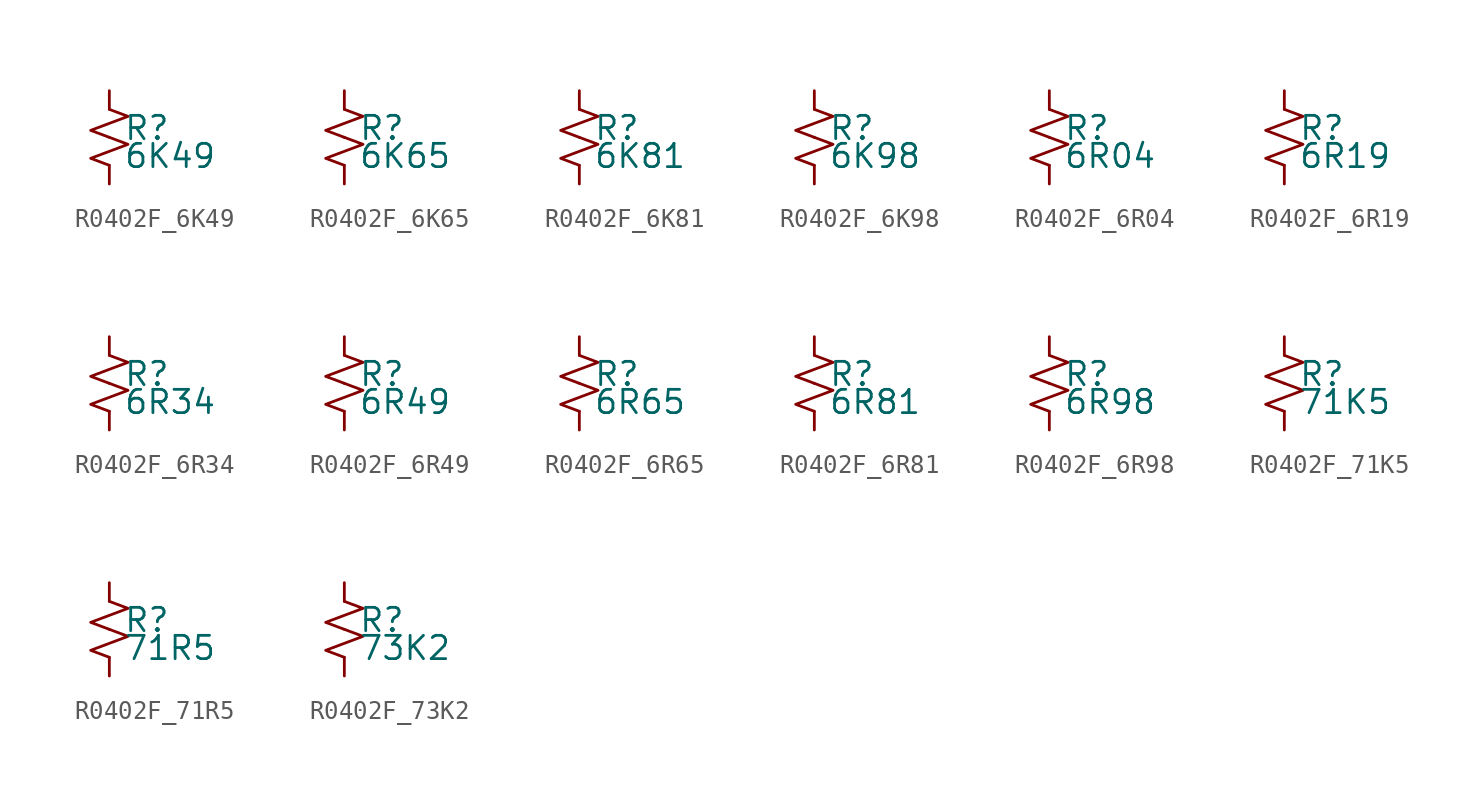
<source format=kicad_sym>
(kicad_symbol_lib
  (version 20220914)
  (generator kicad_symbol_editor)
  (symbol "R0402F_6K49"
    (pin_numbers hide)
    (pin_names
      (offset 0.254) hide)
    (property "Reference" "R"
      (at 0.762 0.508 0)
      (effects (font (size 1.27 1.27)) (justify left)))
    (property "Value" "6K49"
      (at 0.762 -1.016 0)
      (effects (font (size 1.27 1.27)) (justify left)))
    (symbol "R0402F_6K49_1_1"
      (polyline (pts (xy 0 0) (xy 1.016 -0.381) (xy 0 -0.762) (xy -1.016 -1.143) (xy 0 -1.524)) (stroke (width 0) (type default)) (fill (type none)))
      (polyline (pts (xy 0 1.524) (xy 1.016 1.143) (xy 0 0.762) (xy -1.016 0.381) (xy 0 0)) (stroke (width 0) (type default)) (fill (type none)))
      (pin passive line (at 0 2.54 270) (length 1.016) (name "~" (effects (font (size 1.27 1.27)))) (number "1" (effects (font (size 1.27 1.27)))))
      (pin passive line (at 0 -2.54 90) (length 1.016) (name "~" (effects (font (size 1.27 1.27)))) (number "2" (effects (font (size 1.27 1.27)))))))
  (symbol "R0402F_6K65"
    (pin_numbers hide)
    (pin_names
      (offset 0.254) hide)
    (property "Reference" "R"
      (at 0.762 0.508 0)
      (effects (font (size 1.27 1.27)) (justify left)))
    (property "Value" "6K65"
      (at 0.762 -1.016 0)
      (effects (font (size 1.27 1.27)) (justify left)))
    (symbol "R0402F_6K65_1_1"
      (polyline (pts (xy 0 0) (xy 1.016 -0.381) (xy 0 -0.762) (xy -1.016 -1.143) (xy 0 -1.524)) (stroke (width 0) (type default)) (fill (type none)))
      (polyline (pts (xy 0 1.524) (xy 1.016 1.143) (xy 0 0.762) (xy -1.016 0.381) (xy 0 0)) (stroke (width 0) (type default)) (fill (type none)))
      (pin passive line (at 0 2.54 270) (length 1.016) (name "~" (effects (font (size 1.27 1.27)))) (number "1" (effects (font (size 1.27 1.27)))))
      (pin passive line (at 0 -2.54 90) (length 1.016) (name "~" (effects (font (size 1.27 1.27)))) (number "2" (effects (font (size 1.27 1.27)))))))
  (symbol "R0402F_6K81"
    (pin_numbers hide)
    (pin_names
      (offset 0.254) hide)
    (property "Reference" "R"
      (at 0.762 0.508 0)
      (effects (font (size 1.27 1.27)) (justify left)))
    (property "Value" "6K81"
      (at 0.762 -1.016 0)
      (effects (font (size 1.27 1.27)) (justify left)))
    (symbol "R0402F_6K81_1_1"
      (polyline (pts (xy 0 0) (xy 1.016 -0.381) (xy 0 -0.762) (xy -1.016 -1.143) (xy 0 -1.524)) (stroke (width 0) (type default)) (fill (type none)))
      (polyline (pts (xy 0 1.524) (xy 1.016 1.143) (xy 0 0.762) (xy -1.016 0.381) (xy 0 0)) (stroke (width 0) (type default)) (fill (type none)))
      (pin passive line (at 0 2.54 270) (length 1.016) (name "~" (effects (font (size 1.27 1.27)))) (number "1" (effects (font (size 1.27 1.27)))))
      (pin passive line (at 0 -2.54 90) (length 1.016) (name "~" (effects (font (size 1.27 1.27)))) (number "2" (effects (font (size 1.27 1.27)))))))
  (symbol "R0402F_6K98"
    (pin_numbers hide)
    (pin_names
      (offset 0.254) hide)
    (property "Reference" "R"
      (at 0.762 0.508 0)
      (effects (font (size 1.27 1.27)) (justify left)))
    (property "Value" "6K98"
      (at 0.762 -1.016 0)
      (effects (font (size 1.27 1.27)) (justify left)))
    (symbol "R0402F_6K98_1_1"
      (polyline (pts (xy 0 0) (xy 1.016 -0.381) (xy 0 -0.762) (xy -1.016 -1.143) (xy 0 -1.524)) (stroke (width 0) (type default)) (fill (type none)))
      (polyline (pts (xy 0 1.524) (xy 1.016 1.143) (xy 0 0.762) (xy -1.016 0.381) (xy 0 0)) (stroke (width 0) (type default)) (fill (type none)))
      (pin passive line (at 0 2.54 270) (length 1.016) (name "~" (effects (font (size 1.27 1.27)))) (number "1" (effects (font (size 1.27 1.27)))))
      (pin passive line (at 0 -2.54 90) (length 1.016) (name "~" (effects (font (size 1.27 1.27)))) (number "2" (effects (font (size 1.27 1.27)))))))
  (symbol "R0402F_6R04"
    (pin_numbers hide)
    (pin_names
      (offset 0.254) hide)
    (property "Reference" "R"
      (at 0.762 0.508 0)
      (effects (font (size 1.27 1.27)) (justify left)))
    (property "Value" "6R04"
      (at 0.762 -1.016 0)
      (effects (font (size 1.27 1.27)) (justify left)))
    (symbol "R0402F_6R04_1_1"
      (polyline (pts (xy 0 0) (xy 1.016 -0.381) (xy 0 -0.762) (xy -1.016 -1.143) (xy 0 -1.524)) (stroke (width 0) (type default)) (fill (type none)))
      (polyline (pts (xy 0 1.524) (xy 1.016 1.143) (xy 0 0.762) (xy -1.016 0.381) (xy 0 0)) (stroke (width 0) (type default)) (fill (type none)))
      (pin passive line (at 0 2.54 270) (length 1.016) (name "~" (effects (font (size 1.27 1.27)))) (number "1" (effects (font (size 1.27 1.27)))))
      (pin passive line (at 0 -2.54 90) (length 1.016) (name "~" (effects (font (size 1.27 1.27)))) (number "2" (effects (font (size 1.27 1.27)))))))
  (symbol "R0402F_6R19"
    (pin_numbers hide)
    (pin_names
      (offset 0.254) hide)
    (property "Reference" "R"
      (at 0.762 0.508 0)
      (effects (font (size 1.27 1.27)) (justify left)))
    (property "Value" "6R19"
      (at 0.762 -1.016 0)
      (effects (font (size 1.27 1.27)) (justify left)))
    (symbol "R0402F_6R19_1_1"
      (polyline (pts (xy 0 0) (xy 1.016 -0.381) (xy 0 -0.762) (xy -1.016 -1.143) (xy 0 -1.524)) (stroke (width 0) (type default)) (fill (type none)))
      (polyline (pts (xy 0 1.524) (xy 1.016 1.143) (xy 0 0.762) (xy -1.016 0.381) (xy 0 0)) (stroke (width 0) (type default)) (fill (type none)))
      (pin passive line (at 0 2.54 270) (length 1.016) (name "~" (effects (font (size 1.27 1.27)))) (number "1" (effects (font (size 1.27 1.27)))))
      (pin passive line (at 0 -2.54 90) (length 1.016) (name "~" (effects (font (size 1.27 1.27)))) (number "2" (effects (font (size 1.27 1.27)))))))
  (symbol "R0402F_6R34"
    (pin_numbers hide)
    (pin_names
      (offset 0.254) hide)
    (property "Reference" "R"
      (at 0.762 0.508 0)
      (effects (font (size 1.27 1.27)) (justify left)))
    (property "Value" "6R34"
      (at 0.762 -1.016 0)
      (effects (font (size 1.27 1.27)) (justify left)))
    (symbol "R0402F_6R34_1_1"
      (polyline (pts (xy 0 0) (xy 1.016 -0.381) (xy 0 -0.762) (xy -1.016 -1.143) (xy 0 -1.524)) (stroke (width 0) (type default)) (fill (type none)))
      (polyline (pts (xy 0 1.524) (xy 1.016 1.143) (xy 0 0.762) (xy -1.016 0.381) (xy 0 0)) (stroke (width 0) (type default)) (fill (type none)))
      (pin passive line (at 0 2.54 270) (length 1.016) (name "~" (effects (font (size 1.27 1.27)))) (number "1" (effects (font (size 1.27 1.27)))))
      (pin passive line (at 0 -2.54 90) (length 1.016) (name "~" (effects (font (size 1.27 1.27)))) (number "2" (effects (font (size 1.27 1.27)))))))
  (symbol "R0402F_6R49"
    (pin_numbers hide)
    (pin_names
      (offset 0.254) hide)
    (property "Reference" "R"
      (at 0.762 0.508 0)
      (effects (font (size 1.27 1.27)) (justify left)))
    (property "Value" "6R49"
      (at 0.762 -1.016 0)
      (effects (font (size 1.27 1.27)) (justify left)))
    (symbol "R0402F_6R49_1_1"
      (polyline (pts (xy 0 0) (xy 1.016 -0.381) (xy 0 -0.762) (xy -1.016 -1.143) (xy 0 -1.524)) (stroke (width 0) (type default)) (fill (type none)))
      (polyline (pts (xy 0 1.524) (xy 1.016 1.143) (xy 0 0.762) (xy -1.016 0.381) (xy 0 0)) (stroke (width 0) (type default)) (fill (type none)))
      (pin passive line (at 0 2.54 270) (length 1.016) (name "~" (effects (font (size 1.27 1.27)))) (number "1" (effects (font (size 1.27 1.27)))))
      (pin passive line (at 0 -2.54 90) (length 1.016) (name "~" (effects (font (size 1.27 1.27)))) (number "2" (effects (font (size 1.27 1.27)))))))
  (symbol "R0402F_6R65"
    (pin_numbers hide)
    (pin_names
      (offset 0.254) hide)
    (property "Reference" "R"
      (at 0.762 0.508 0)
      (effects (font (size 1.27 1.27)) (justify left)))
    (property "Value" "6R65"
      (at 0.762 -1.016 0)
      (effects (font (size 1.27 1.27)) (justify left)))
    (symbol "R0402F_6R65_1_1"
      (polyline (pts (xy 0 0) (xy 1.016 -0.381) (xy 0 -0.762) (xy -1.016 -1.143) (xy 0 -1.524)) (stroke (width 0) (type default)) (fill (type none)))
      (polyline (pts (xy 0 1.524) (xy 1.016 1.143) (xy 0 0.762) (xy -1.016 0.381) (xy 0 0)) (stroke (width 0) (type default)) (fill (type none)))
      (pin passive line (at 0 2.54 270) (length 1.016) (name "~" (effects (font (size 1.27 1.27)))) (number "1" (effects (font (size 1.27 1.27)))))
      (pin passive line (at 0 -2.54 90) (length 1.016) (name "~" (effects (font (size 1.27 1.27)))) (number "2" (effects (font (size 1.27 1.27)))))))
  (symbol "R0402F_6R81"
    (pin_numbers hide)
    (pin_names
      (offset 0.254) hide)
    (property "Reference" "R"
      (at 0.762 0.508 0)
      (effects (font (size 1.27 1.27)) (justify left)))
    (property "Value" "6R81"
      (at 0.762 -1.016 0)
      (effects (font (size 1.27 1.27)) (justify left)))
    (symbol "R0402F_6R81_1_1"
      (polyline (pts (xy 0 0) (xy 1.016 -0.381) (xy 0 -0.762) (xy -1.016 -1.143) (xy 0 -1.524)) (stroke (width 0) (type default)) (fill (type none)))
      (polyline (pts (xy 0 1.524) (xy 1.016 1.143) (xy 0 0.762) (xy -1.016 0.381) (xy 0 0)) (stroke (width 0) (type default)) (fill (type none)))
      (pin passive line (at 0 2.54 270) (length 1.016) (name "~" (effects (font (size 1.27 1.27)))) (number "1" (effects (font (size 1.27 1.27)))))
      (pin passive line (at 0 -2.54 90) (length 1.016) (name "~" (effects (font (size 1.27 1.27)))) (number "2" (effects (font (size 1.27 1.27)))))))
  (symbol "R0402F_6R98"
    (pin_numbers hide)
    (pin_names
      (offset 0.254) hide)
    (property "Reference" "R"
      (at 0.762 0.508 0)
      (effects (font (size 1.27 1.27)) (justify left)))
    (property "Value" "6R98"
      (at 0.762 -1.016 0)
      (effects (font (size 1.27 1.27)) (justify left)))
    (symbol "R0402F_6R98_1_1"
      (polyline (pts (xy 0 0) (xy 1.016 -0.381) (xy 0 -0.762) (xy -1.016 -1.143) (xy 0 -1.524)) (stroke (width 0) (type default)) (fill (type none)))
      (polyline (pts (xy 0 1.524) (xy 1.016 1.143) (xy 0 0.762) (xy -1.016 0.381) (xy 0 0)) (stroke (width 0) (type default)) (fill (type none)))
      (pin passive line (at 0 2.54 270) (length 1.016) (name "~" (effects (font (size 1.27 1.27)))) (number "1" (effects (font (size 1.27 1.27)))))
      (pin passive line (at 0 -2.54 90) (length 1.016) (name "~" (effects (font (size 1.27 1.27)))) (number "2" (effects (font (size 1.27 1.27)))))))
  (symbol "R0402F_71K5"
    (pin_numbers hide)
    (pin_names
      (offset 0.254) hide)
    (property "Reference" "R"
      (at 0.762 0.508 0)
      (effects (font (size 1.27 1.27)) (justify left)))
    (property "Value" "71K5"
      (at 0.762 -1.016 0)
      (effects (font (size 1.27 1.27)) (justify left)))
    (symbol "R0402F_71K5_1_1"
      (polyline (pts (xy 0 0) (xy 1.016 -0.381) (xy 0 -0.762) (xy -1.016 -1.143) (xy 0 -1.524)) (stroke (width 0) (type default)) (fill (type none)))
      (polyline (pts (xy 0 1.524) (xy 1.016 1.143) (xy 0 0.762) (xy -1.016 0.381) (xy 0 0)) (stroke (width 0) (type default)) (fill (type none)))
      (pin passive line (at 0 2.54 270) (length 1.016) (name "~" (effects (font (size 1.27 1.27)))) (number "1" (effects (font (size 1.27 1.27)))))
      (pin passive line (at 0 -2.54 90) (length 1.016) (name "~" (effects (font (size 1.27 1.27)))) (number "2" (effects (font (size 1.27 1.27)))))))
  (symbol "R0402F_71R5"
    (pin_numbers hide)
    (pin_names
      (offset 0.254) hide)
    (property "Reference" "R"
      (at 0.762 0.508 0)
      (effects (font (size 1.27 1.27)) (justify left)))
    (property "Value" "71R5"
      (at 0.762 -1.016 0)
      (effects (font (size 1.27 1.27)) (justify left)))
    (symbol "R0402F_71R5_1_1"
      (polyline (pts (xy 0 0) (xy 1.016 -0.381) (xy 0 -0.762) (xy -1.016 -1.143) (xy 0 -1.524)) (stroke (width 0) (type default)) (fill (type none)))
      (polyline (pts (xy 0 1.524) (xy 1.016 1.143) (xy 0 0.762) (xy -1.016 0.381) (xy 0 0)) (stroke (width 0) (type default)) (fill (type none)))
      (pin passive line (at 0 2.54 270) (length 1.016) (name "~" (effects (font (size 1.27 1.27)))) (number "1" (effects (font (size 1.27 1.27)))))
      (pin passive line (at 0 -2.54 90) (length 1.016) (name "~" (effects (font (size 1.27 1.27)))) (number "2" (effects (font (size 1.27 1.27)))))))
  (symbol "R0402F_73K2"
    (pin_numbers hide)
    (pin_names
      (offset 0.254) hide)
    (property "Reference" "R"
      (at 0.762 0.508 0)
      (effects (font (size 1.27 1.27)) (justify left)))
    (property "Value" "73K2"
      (at 0.762 -1.016 0)
      (effects (font (size 1.27 1.27)) (justify left)))
    (symbol "R0402F_73K2_1_1"
      (polyline (pts (xy 0 0) (xy 1.016 -0.381) (xy 0 -0.762) (xy -1.016 -1.143) (xy 0 -1.524)) (stroke (width 0) (type default)) (fill (type none)))
      (polyline (pts (xy 0 1.524) (xy 1.016 1.143) (xy 0 0.762) (xy -1.016 0.381) (xy 0 0)) (stroke (width 0) (type default)) (fill (type none)))
      (pin passive line (at 0 2.54 270) (length 1.016) (name "~" (effects (font (size 1.27 1.27)))) (number "1" (effects (font (size 1.27 1.27)))))
      (pin passive line (at 0 -2.54 90) (length 1.016) (name "~" (effects (font (size 1.27 1.27)))) (number "2" (effects (font (size 1.27 1.27))))))))
</source>
